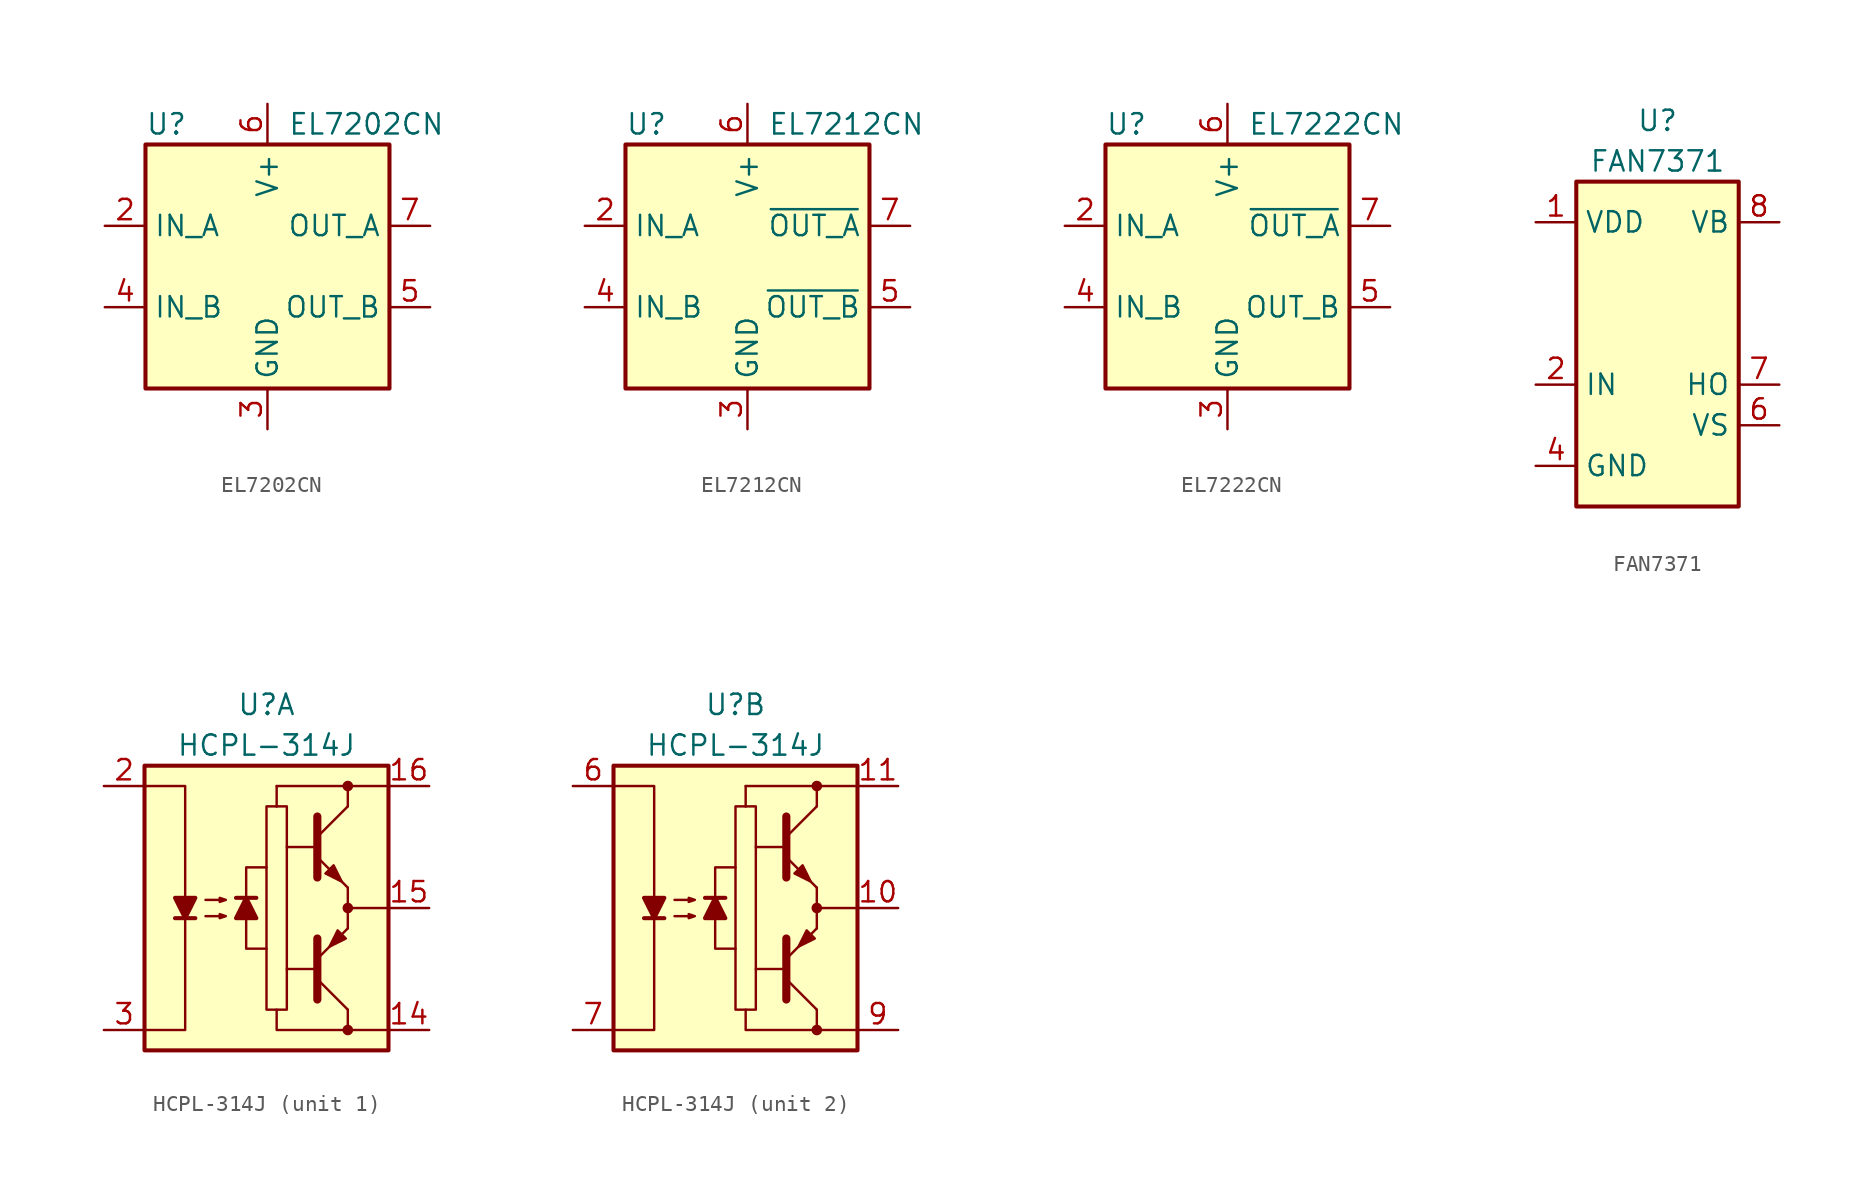
<source format=kicad_sym>
(kicad_symbol_lib
  (version 20200908)
  (generator kicad_symbol_editor)
  (symbol "Driver_FET:EL7202CN"
    (property "Reference" "U"
      (at -7.62 8.89 0)
      (effects (font (size 1.27 1.27)) (justify left)))
    (property "Value" "EL7202CN"
      (at 1.27 8.89 0)
      (effects (font (size 1.27 1.27)) (justify left)))
    (symbol "EL7202CN_0_1"
      (rectangle (start -7.62 -7.62) (end 7.62 7.62) (stroke (width 0.254)) (fill (type background))))
    (symbol "EL7202CN_1_1"
      (pin unconnected line (at -7.62 0 0) (length 2.54) hide (name "NC" (effects (font (size 1.27 1.27)))) (number "1" (effects (font (size 1.27 1.27)))))
      (pin input line (at -10.16 2.54 0) (length 2.54) (name "IN_A" (effects (font (size 1.27 1.27)))) (number "2" (effects (font (size 1.27 1.27)))))
      (pin power_in line (at 0 -10.16 90) (length 2.54) (name "GND" (effects (font (size 1.27 1.27)))) (number "3" (effects (font (size 1.27 1.27)))))
      (pin input line (at -10.16 -2.54 0) (length 2.54) (name "IN_B" (effects (font (size 1.27 1.27)))) (number "4" (effects (font (size 1.27 1.27)))))
      (pin output line (at 10.16 -2.54 180) (length 2.54) (name "OUT_B" (effects (font (size 1.27 1.27)))) (number "5" (effects (font (size 1.27 1.27)))))
      (pin power_in line (at 0 10.16 270) (length 2.54) (name "V+" (effects (font (size 1.27 1.27)))) (number "6" (effects (font (size 1.27 1.27)))))
      (pin output line (at 10.16 2.54 180) (length 2.54) (name "OUT_A" (effects (font (size 1.27 1.27)))) (number "7" (effects (font (size 1.27 1.27)))))
      (pin unconnected line (at 7.62 0 180) (length 2.54) hide (name "NC" (effects (font (size 1.27 1.27)))) (number "8" (effects (font (size 1.27 1.27)))))))
  (symbol "Driver_FET:EL7212CN"
    (property "Reference" "U"
      (at -7.62 8.89 0)
      (effects (font (size 1.27 1.27)) (justify left)))
    (property "Value" "EL7212CN"
      (at 1.27 8.89 0)
      (effects (font (size 1.27 1.27)) (justify left)))
    (symbol "EL7212CN_0_1"
      (rectangle (start -7.62 -7.62) (end 7.62 7.62) (stroke (width 0.254)) (fill (type background))))
    (symbol "EL7212CN_1_1"
      (pin unconnected line (at -7.62 0 0) (length 2.54) hide (name "NC" (effects (font (size 1.27 1.27)))) (number "1" (effects (font (size 1.27 1.27)))))
      (pin input line (at -10.16 2.54 0) (length 2.54) (name "IN_A" (effects (font (size 1.27 1.27)))) (number "2" (effects (font (size 1.27 1.27)))))
      (pin power_in line (at 0 -10.16 90) (length 2.54) (name "GND" (effects (font (size 1.27 1.27)))) (number "3" (effects (font (size 1.27 1.27)))))
      (pin input line (at -10.16 -2.54 0) (length 2.54) (name "IN_B" (effects (font (size 1.27 1.27)))) (number "4" (effects (font (size 1.27 1.27)))))
      (pin output line (at 10.16 -2.54 180) (length 2.54) (name "~OUT_B" (effects (font (size 1.27 1.27)))) (number "5" (effects (font (size 1.27 1.27)))))
      (pin power_in line (at 0 10.16 270) (length 2.54) (name "V+" (effects (font (size 1.27 1.27)))) (number "6" (effects (font (size 1.27 1.27)))))
      (pin output line (at 10.16 2.54 180) (length 2.54) (name "~OUT_A" (effects (font (size 1.27 1.27)))) (number "7" (effects (font (size 1.27 1.27)))))
      (pin unconnected line (at 7.62 0 180) (length 2.54) hide (name "NC" (effects (font (size 1.27 1.27)))) (number "8" (effects (font (size 1.27 1.27)))))))
  (symbol "Driver_FET:EL7222CN"
    (property "Reference" "U"
      (at -7.62 8.89 0)
      (effects (font (size 1.27 1.27)) (justify left)))
    (property "Value" "EL7222CN"
      (at 1.27 8.89 0)
      (effects (font (size 1.27 1.27)) (justify left)))
    (symbol "EL7222CN_0_1"
      (rectangle (start -7.62 -7.62) (end 7.62 7.62) (stroke (width 0.254)) (fill (type background))))
    (symbol "EL7222CN_1_1"
      (pin unconnected line (at -7.62 0 0) (length 2.54) hide (name "NC" (effects (font (size 1.27 1.27)))) (number "1" (effects (font (size 1.27 1.27)))))
      (pin input line (at -10.16 2.54 0) (length 2.54) (name "IN_A" (effects (font (size 1.27 1.27)))) (number "2" (effects (font (size 1.27 1.27)))))
      (pin power_in line (at 0 -10.16 90) (length 2.54) (name "GND" (effects (font (size 1.27 1.27)))) (number "3" (effects (font (size 1.27 1.27)))))
      (pin input line (at -10.16 -2.54 0) (length 2.54) (name "IN_B" (effects (font (size 1.27 1.27)))) (number "4" (effects (font (size 1.27 1.27)))))
      (pin output line (at 10.16 -2.54 180) (length 2.54) (name "OUT_B" (effects (font (size 1.27 1.27)))) (number "5" (effects (font (size 1.27 1.27)))))
      (pin power_in line (at 0 10.16 270) (length 2.54) (name "V+" (effects (font (size 1.27 1.27)))) (number "6" (effects (font (size 1.27 1.27)))))
      (pin output line (at 10.16 2.54 180) (length 2.54) (name "~OUT_A" (effects (font (size 1.27 1.27)))) (number "7" (effects (font (size 1.27 1.27)))))
      (pin unconnected line (at 7.62 0 180) (length 2.54) hide (name "NC" (effects (font (size 1.27 1.27)))) (number "8" (effects (font (size 1.27 1.27)))))))
  (symbol "Driver_FET:FAN7371"
    (property "Reference" "U"
      (at 0 13.97 0)
      (effects (font (size 1.27 1.27))))
    (property "Value" "FAN7371"
      (at 0 11.43 0)
      (effects (font (size 1.27 1.27))))
    (symbol "FAN7371_0_1"
      (rectangle (start -5.08 10.16) (end 5.08 -10.16) (stroke (width 0.254)) (fill (type background))))
    (symbol "FAN7371_1_1"
      (pin power_in line (at -7.62 7.62 0) (length 2.54) (name "VDD" (effects (font (size 1.27 1.27)))) (number "1" (effects (font (size 1.27 1.27)))))
      (pin input line (at -7.62 -2.54 0) (length 2.54) (name "IN" (effects (font (size 1.27 1.27)))) (number "2" (effects (font (size 1.27 1.27)))))
      (pin unconnected line (at -5.08 -5.08 0) (length 2.54) hide (name "NC" (effects (font (size 1.27 1.27)))) (number "3" (effects (font (size 1.27 1.27)))))
      (pin power_in line (at -7.62 -7.62 0) (length 2.54) (name "GND" (effects (font (size 1.27 1.27)))) (number "4" (effects (font (size 1.27 1.27)))))
      (pin unconnected line (at 5.08 -7.62 180) (length 2.54) hide (name "NC" (effects (font (size 1.27 1.27)))) (number "5" (effects (font (size 1.27 1.27)))))
      (pin passive line (at 7.62 -5.08 180) (length 2.54) (name "VS" (effects (font (size 1.27 1.27)))) (number "6" (effects (font (size 1.27 1.27)))))
      (pin output line (at 7.62 -2.54 180) (length 2.54) (name "HO" (effects (font (size 1.27 1.27)))) (number "7" (effects (font (size 1.27 1.27)))))
      (pin passive line (at 7.62 7.62 180) (length 2.54) (name "VB" (effects (font (size 1.27 1.27)))) (number "8" (effects (font (size 1.27 1.27)))))))
  (symbol "Driver_FET:HCPL-314J"
    (pin_names hide)
    (property "Reference" "U"
      (at 0 12.7 0)
      (effects (font (size 1.27 1.27))))
    (property "Value" "HCPL-314J"
      (at 0 10.16 0)
      (effects (font (size 1.27 1.27))))
    (symbol "HCPL-314J_0_1"
      (circle (center 5.08 -7.62) (radius 0.254) (stroke (width 0)) (fill (type outline)))
      (circle (center 5.08 0) (radius 0.254) (stroke (width 0)) (fill (type outline)))
      (circle (center 5.08 7.62) (radius 0.254) (stroke (width 0)) (fill (type outline)))
      (rectangle (start -7.62 8.89) (end 7.62 -8.89) (stroke (width 0.254)) (fill (type background)))
      (rectangle (start 0.635 6.35) (end 0.635 6.35) (stroke (width 0)) (fill (type none)))
      (rectangle (start 0.635 6.35) (end 0.635 7.62) (stroke (width 0)) (fill (type none)))
      (rectangle (start 5.08 1.27) (end 5.08 -1.27) (stroke (width 0)) (fill (type none)))
      (polyline (pts (xy -5.715 -0.635) (xy -4.445 -0.635)) (stroke (width 0.254)) (fill (type none)))
      (polyline (pts (xy -0.635 0.635) (xy -1.905 0.635)) (stroke (width 0.254)) (fill (type none)))
      (polyline (pts (xy 3.048 -3.81) (xy 1.27 -3.81)) (stroke (width 0)) (fill (type none)))
      (polyline (pts (xy 3.048 3.81) (xy 1.27 3.81)) (stroke (width 0)) (fill (type none)))
      (polyline (pts (xy 3.175 -4.445) (xy 5.08 -6.35)) (stroke (width 0)) (fill (type none)))
      (polyline (pts (xy 3.175 4.445) (xy 5.08 6.35)) (stroke (width 0)) (fill (type none)))
      (polyline (pts (xy 5.08 -6.35) (xy 5.08 -7.62)) (stroke (width 0)) (fill (type none)))
      (polyline (pts (xy 5.08 -1.27) (xy 3.175 -3.175)) (stroke (width 0)) (fill (type outline)))
      (polyline (pts (xy 5.08 0) (xy 7.62 0)) (stroke (width 0)) (fill (type none)))
      (polyline (pts (xy 5.08 1.27) (xy 3.175 3.175)) (stroke (width 0)) (fill (type outline)))
      (polyline (pts (xy 5.08 6.35) (xy 5.08 7.62)) (stroke (width 0)) (fill (type none)))
      (polyline (pts (xy 7.62 7.62) (xy 0.635 7.62)) (stroke (width 0)) (fill (type none)))
      (polyline (pts (xy -1.27 -0.635) (xy -1.27 -2.54) (xy 0 -2.54)) (stroke (width 0)) (fill (type none)))
      (polyline (pts (xy -1.27 0.635) (xy -1.27 2.54) (xy 0 2.54)) (stroke (width 0)) (fill (type none)))
      (polyline (pts (xy 0.635 -6.35) (xy 0.635 -7.62) (xy 7.62 -7.62)) (stroke (width 0)) (fill (type none)))
      (polyline (pts (xy 3.175 -5.715) (xy 3.175 -1.905) (xy 3.175 -1.905)) (stroke (width 0.508)) (fill (type none)))
      (polyline (pts (xy 3.175 5.715) (xy 3.175 1.905) (xy 3.175 1.905)) (stroke (width 0.508)) (fill (type none)))
      (polyline (pts (xy -7.62 7.62) (xy -5.08 7.62) (xy -5.08 -7.62) (xy -7.62 -7.62)) (stroke (width 0)) (fill (type none)))
      (polyline (pts (xy -5.08 -0.635) (xy -5.715 0.635) (xy -4.445 0.635) (xy -5.08 -0.635)) (stroke (width 0.254)) (fill (type outline)))
      (polyline (pts (xy -1.27 0.635) (xy -0.635 -0.635) (xy -1.905 -0.635) (xy -1.27 0.635)) (stroke (width 0.254)) (fill (type outline)))
      (polyline (pts (xy -3.81 -0.508) (xy -2.54 -0.508) (xy -2.921 -0.635) (xy -2.921 -0.381) (xy -2.54 -0.508)) (stroke (width 0)) (fill (type none)))
      (polyline (pts (xy -3.81 0.508) (xy -2.54 0.508) (xy -2.921 0.381) (xy -2.921 0.635) (xy -2.54 0.508)) (stroke (width 0)) (fill (type none)))
      (polyline (pts (xy 1.27 6.35) (xy 1.27 -6.35) (xy 0 -6.35) (xy 0 6.35) (xy 1.27 6.35)) (stroke (width 0)) (fill (type none)))
      (polyline (pts (xy 3.683 2.159) (xy 4.191 2.667) (xy 4.699 1.651) (xy 3.683 2.159) (xy 3.683 2.159)) (stroke (width 0)) (fill (type outline)))
      (polyline (pts (xy 4.953 -1.905) (xy 4.445 -1.397) (xy 3.937 -2.413) (xy 4.953 -1.905) (xy 4.953 -1.905)) (stroke (width 0)) (fill (type outline))))
    (symbol "HCPL-314J_1_1"
      (pin unconnected line (at -7.62 0 0) (length 2.54) hide (name "NC" (effects (font (size 1.27 1.27)))) (number "1" (effects (font (size 1.27 1.27)))))
      (pin power_in line (at 10.16 -7.62 180) (length 2.54) (name "VEE" (effects (font (size 1.27 1.27)))) (number "14" (effects (font (size 1.27 1.27)))))
      (pin output line (at 10.16 0 180) (length 2.54) (name "VO" (effects (font (size 1.27 1.27)))) (number "15" (effects (font (size 1.27 1.27)))))
      (pin power_in line (at 10.16 7.62 180) (length 2.54) (name "VCC" (effects (font (size 1.27 1.27)))) (number "16" (effects (font (size 1.27 1.27)))))
      (pin passive line (at -10.16 7.62 0) (length 2.54) (name "A" (effects (font (size 1.27 1.27)))) (number "2" (effects (font (size 1.27 1.27)))))
      (pin passive line (at -10.16 -7.62 0) (length 2.54) (name "C" (effects (font (size 1.27 1.27)))) (number "3" (effects (font (size 1.27 1.27))))))
    (symbol "HCPL-314J_2_1"
      (pin output line (at 10.16 0 180) (length 2.54) (name "VO" (effects (font (size 1.27 1.27)))) (number "10" (effects (font (size 1.27 1.27)))))
      (pin power_in line (at 10.16 7.62 180) (length 2.54) (name "VCC" (effects (font (size 1.27 1.27)))) (number "11" (effects (font (size 1.27 1.27)))))
      (pin passive line (at -10.16 7.62 0) (length 2.54) (name "A" (effects (font (size 1.27 1.27)))) (number "6" (effects (font (size 1.27 1.27)))))
      (pin passive line (at -10.16 -7.62 0) (length 2.54) (name "C" (effects (font (size 1.27 1.27)))) (number "7" (effects (font (size 1.27 1.27)))))
      (pin unconnected line (at -7.62 0 0) (length 2.54) hide (name "NC" (effects (font (size 1.27 1.27)))) (number "8" (effects (font (size 1.27 1.27)))))
      (pin power_in line (at 10.16 -7.62 180) (length 2.54) (name "VEE" (effects (font (size 1.27 1.27)))) (number "9" (effects (font (size 1.27 1.27))))))))
</source>
